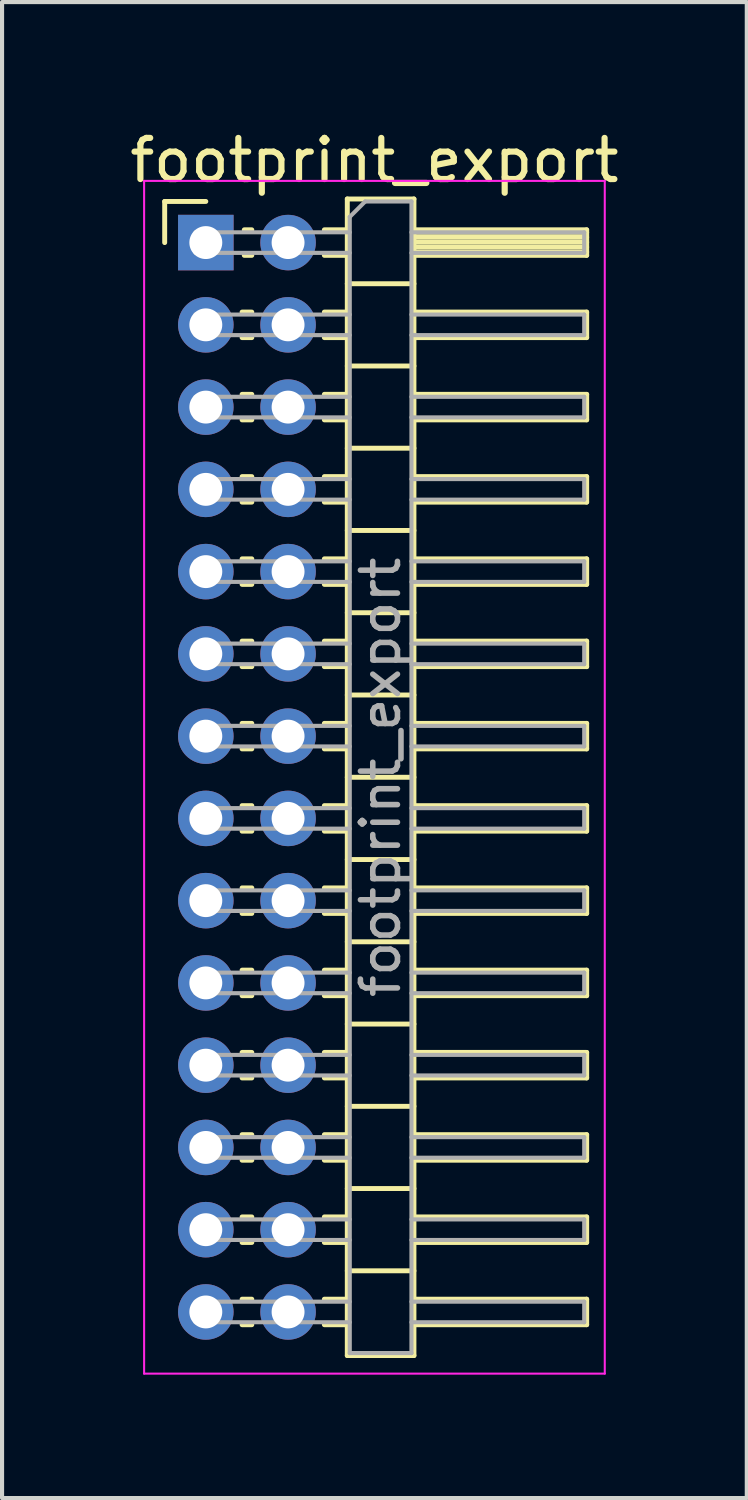
<source format=kicad_pcb>
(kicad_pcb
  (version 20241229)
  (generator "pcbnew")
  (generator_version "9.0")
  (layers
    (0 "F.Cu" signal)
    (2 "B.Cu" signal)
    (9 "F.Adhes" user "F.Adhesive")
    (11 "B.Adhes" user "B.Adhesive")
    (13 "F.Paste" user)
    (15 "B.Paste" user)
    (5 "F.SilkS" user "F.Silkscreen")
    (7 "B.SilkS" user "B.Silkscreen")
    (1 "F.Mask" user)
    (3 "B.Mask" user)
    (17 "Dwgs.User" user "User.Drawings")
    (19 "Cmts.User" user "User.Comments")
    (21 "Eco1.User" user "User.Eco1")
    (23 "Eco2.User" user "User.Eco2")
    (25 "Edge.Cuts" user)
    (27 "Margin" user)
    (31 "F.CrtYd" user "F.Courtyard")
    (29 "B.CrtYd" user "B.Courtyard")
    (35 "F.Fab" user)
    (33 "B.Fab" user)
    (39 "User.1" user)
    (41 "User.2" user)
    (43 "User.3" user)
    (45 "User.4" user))
  (footprint "footprint_export"
    (layer "F.Cu")
    (at 1.954 2.848)
    (property "Reference" "footprint_export" (at 4.1 -2 0) (layer "F.SilkS") (effects (font (size 1 1) (thickness 0.15))))
    (attr through_hole)
    (fp_line (start -1 -1) (end 0 -1) (stroke (width 0.12) (type solid)) (layer "F.SilkS"))
    (fp_line (start -1 0) (end -1 -1) (stroke (width 0.12) (type solid)) (layer "F.SilkS"))
    (fp_line (start 0.882 1.69) (end 1.118 1.69) (stroke (width 0.12) (type solid)) (layer "F.SilkS"))
    (fp_line (start 0.882 2.31) (end 1.118 2.31) (stroke (width 0.12) (type solid)) (layer "F.SilkS"))
    (fp_line (start 0.882 3.69) (end 1.118 3.69) (stroke (width 0.12) (type solid)) (layer "F.SilkS"))
    (fp_line (start 0.882 4.31) (end 1.118 4.31) (stroke (width 0.12) (type solid)) (layer "F.SilkS"))
    (fp_line (start 0.882 5.69) (end 1.118 5.69) (stroke (width 0.12) (type solid)) (layer "F.SilkS"))
    (fp_line (start 0.882 6.31) (end 1.118 6.31) (stroke (width 0.12) (type solid)) (layer "F.SilkS"))
    (fp_line (start 0.882 7.69) (end 1.118 7.69) (stroke (width 0.12) (type solid)) (layer "F.SilkS"))
    (fp_line (start 0.882 8.31) (end 1.118 8.31) (stroke (width 0.12) (type solid)) (layer "F.SilkS"))
    (fp_line (start 0.882 9.69) (end 1.118 9.69) (stroke (width 0.12) (type solid)) (layer "F.SilkS"))
    (fp_line (start 0.882 10.31) (end 1.118 10.31) (stroke (width 0.12) (type solid)) (layer "F.SilkS"))
    (fp_line (start 0.882 11.69) (end 1.118 11.69) (stroke (width 0.12) (type solid)) (layer "F.SilkS"))
    (fp_line (start 0.882 12.31) (end 1.118 12.31) (stroke (width 0.12) (type solid)) (layer "F.SilkS"))
    (fp_line (start 0.882 13.69) (end 1.118 13.69) (stroke (width 0.12) (type solid)) (layer "F.SilkS"))
    (fp_line (start 0.882 14.31) (end 1.118 14.31) (stroke (width 0.12) (type solid)) (layer "F.SilkS"))
    (fp_line (start 0.882 15.69) (end 1.118 15.69) (stroke (width 0.12) (type solid)) (layer "F.SilkS"))
    (fp_line (start 0.882 16.31) (end 1.118 16.31) (stroke (width 0.12) (type solid)) (layer "F.SilkS"))
    (fp_line (start 0.882 17.69) (end 1.118 17.69) (stroke (width 0.12) (type solid)) (layer "F.SilkS"))
    (fp_line (start 0.882 18.31) (end 1.118 18.31) (stroke (width 0.12) (type solid)) (layer "F.SilkS"))
    (fp_line (start 0.882 19.69) (end 1.118 19.69) (stroke (width 0.12) (type solid)) (layer "F.SilkS"))
    (fp_line (start 0.882 20.31) (end 1.118 20.31) (stroke (width 0.12) (type solid)) (layer "F.SilkS"))
    (fp_line (start 0.882 21.69) (end 1.118 21.69) (stroke (width 0.12) (type solid)) (layer "F.SilkS"))
    (fp_line (start 0.882 22.31) (end 1.118 22.31) (stroke (width 0.12) (type solid)) (layer "F.SilkS"))
    (fp_line (start 0.882 23.69) (end 1.118 23.69) (stroke (width 0.12) (type solid)) (layer "F.SilkS"))
    (fp_line (start 0.882 24.31) (end 1.118 24.31) (stroke (width 0.12) (type solid)) (layer "F.SilkS"))
    (fp_line (start 0.882 25.69) (end 1.118 25.69) (stroke (width 0.12) (type solid)) (layer "F.SilkS"))
    (fp_line (start 0.882 26.31) (end 1.118 26.31) (stroke (width 0.12) (type solid)) (layer "F.SilkS"))
    (fp_line (start 0.935 -0.31) (end 1.118 -0.31) (stroke (width 0.12) (type solid)) (layer "F.SilkS"))
    (fp_line (start 0.935 0.31) (end 1.118 0.31) (stroke (width 0.12) (type solid)) (layer "F.SilkS"))
    (fp_line (start 2.882 -0.31) (end 3.44 -0.31) (stroke (width 0.12) (type solid)) (layer "F.SilkS"))
    (fp_line (start 2.882 0.31) (end 3.44 0.31) (stroke (width 0.12) (type solid)) (layer "F.SilkS"))
    (fp_line (start 2.882 1.69) (end 3.44 1.69) (stroke (width 0.12) (type solid)) (layer "F.SilkS"))
    (fp_line (start 2.882 2.31) (end 3.44 2.31) (stroke (width 0.12) (type solid)) (layer "F.SilkS"))
    (fp_line (start 2.882 3.69) (end 3.44 3.69) (stroke (width 0.12) (type solid)) (layer "F.SilkS"))
    (fp_line (start 2.882 4.31) (end 3.44 4.31) (stroke (width 0.12) (type solid)) (layer "F.SilkS"))
    (fp_line (start 2.882 5.69) (end 3.44 5.69) (stroke (width 0.12) (type solid)) (layer "F.SilkS"))
    (fp_line (start 2.882 6.31) (end 3.44 6.31) (stroke (width 0.12) (type solid)) (layer "F.SilkS"))
    (fp_line (start 2.882 7.69) (end 3.44 7.69) (stroke (width 0.12) (type solid)) (layer "F.SilkS"))
    (fp_line (start 2.882 8.31) (end 3.44 8.31) (stroke (width 0.12) (type solid)) (layer "F.SilkS"))
    (fp_line (start 2.882 9.69) (end 3.44 9.69) (stroke (width 0.12) (type solid)) (layer "F.SilkS"))
    (fp_line (start 2.882 10.31) (end 3.44 10.31) (stroke (width 0.12) (type solid)) (layer "F.SilkS"))
    (fp_line (start 2.882 11.69) (end 3.44 11.69) (stroke (width 0.12) (type solid)) (layer "F.SilkS"))
    (fp_line (start 2.882 12.31) (end 3.44 12.31) (stroke (width 0.12) (type solid)) (layer "F.SilkS"))
    (fp_line (start 2.882 13.69) (end 3.44 13.69) (stroke (width 0.12) (type solid)) (layer "F.SilkS"))
    (fp_line (start 2.882 14.31) (end 3.44 14.31) (stroke (width 0.12) (type solid)) (layer "F.SilkS"))
    (fp_line (start 2.882 15.69) (end 3.44 15.69) (stroke (width 0.12) (type solid)) (layer "F.SilkS"))
    (fp_line (start 2.882 16.31) (end 3.44 16.31) (stroke (width 0.12) (type solid)) (layer "F.SilkS"))
    (fp_line (start 2.882 17.69) (end 3.44 17.69) (stroke (width 0.12) (type solid)) (layer "F.SilkS"))
    (fp_line (start 2.882 18.31) (end 3.44 18.31) (stroke (width 0.12) (type solid)) (layer "F.SilkS"))
    (fp_line (start 2.882 19.69) (end 3.44 19.69) (stroke (width 0.12) (type solid)) (layer "F.SilkS"))
    (fp_line (start 2.882 20.31) (end 3.44 20.31) (stroke (width 0.12) (type solid)) (layer "F.SilkS"))
    (fp_line (start 2.882 21.69) (end 3.44 21.69) (stroke (width 0.12) (type solid)) (layer "F.SilkS"))
    (fp_line (start 2.882 22.31) (end 3.44 22.31) (stroke (width 0.12) (type solid)) (layer "F.SilkS"))
    (fp_line (start 2.882 23.69) (end 3.44 23.69) (stroke (width 0.12) (type solid)) (layer "F.SilkS"))
    (fp_line (start 2.882 24.31) (end 3.44 24.31) (stroke (width 0.12) (type solid)) (layer "F.SilkS"))
    (fp_line (start 2.882 25.69) (end 3.44 25.69) (stroke (width 0.12) (type solid)) (layer "F.SilkS"))
    (fp_line (start 2.882 26.31) (end 3.44 26.31) (stroke (width 0.12) (type solid)) (layer "F.SilkS"))
    (fp_line (start 3.44 -1.06) (end 3.44 27.06) (stroke (width 0.12) (type solid)) (layer "F.SilkS"))
    (fp_line (start 3.44 1) (end 5.06 1) (stroke (width 0.12) (type solid)) (layer "F.SilkS"))
    (fp_line (start 3.44 3) (end 5.06 3) (stroke (width 0.12) (type solid)) (layer "F.SilkS"))
    (fp_line (start 3.44 5) (end 5.06 5) (stroke (width 0.12) (type solid)) (layer "F.SilkS"))
    (fp_line (start 3.44 7) (end 5.06 7) (stroke (width 0.12) (type solid)) (layer "F.SilkS"))
    (fp_line (start 3.44 9) (end 5.06 9) (stroke (width 0.12) (type solid)) (layer "F.SilkS"))
    (fp_line (start 3.44 11) (end 5.06 11) (stroke (width 0.12) (type solid)) (layer "F.SilkS"))
    (fp_line (start 3.44 13) (end 5.06 13) (stroke (width 0.12) (type solid)) (layer "F.SilkS"))
    (fp_line (start 3.44 15) (end 5.06 15) (stroke (width 0.12) (type solid)) (layer "F.SilkS"))
    (fp_line (start 3.44 17) (end 5.06 17) (stroke (width 0.12) (type solid)) (layer "F.SilkS"))
    (fp_line (start 3.44 19) (end 5.06 19) (stroke (width 0.12) (type solid)) (layer "F.SilkS"))
    (fp_line (start 3.44 21) (end 5.06 21) (stroke (width 0.12) (type solid)) (layer "F.SilkS"))
    (fp_line (start 3.44 23) (end 5.06 23) (stroke (width 0.12) (type solid)) (layer "F.SilkS"))
    (fp_line (start 3.44 25) (end 5.06 25) (stroke (width 0.12) (type solid)) (layer "F.SilkS"))
    (fp_line (start 3.44 27.06) (end 5.06 27.06) (stroke (width 0.12) (type solid)) (layer "F.SilkS"))
    (fp_line (start 5.06 -1.06) (end 3.44 -1.06) (stroke (width 0.12) (type solid)) (layer "F.SilkS"))
    (fp_line (start 5.06 -0.31) (end 9.26 -0.31) (stroke (width 0.12) (type solid)) (layer "F.SilkS"))
    (fp_line (start 5.06 -0.25) (end 9.26 -0.25) (stroke (width 0.12) (type solid)) (layer "F.SilkS"))
    (fp_line (start 5.06 -0.13) (end 9.26 -0.13) (stroke (width 0.12) (type solid)) (layer "F.SilkS"))
    (fp_line (start 5.06 -0.01) (end 9.26 -0.01) (stroke (width 0.12) (type solid)) (layer "F.SilkS"))
    (fp_line (start 5.06 0.11) (end 9.26 0.11) (stroke (width 0.12) (type solid)) (layer "F.SilkS"))
    (fp_line (start 5.06 0.23) (end 9.26 0.23) (stroke (width 0.12) (type solid)) (layer "F.SilkS"))
    (fp_line (start 5.06 1.69) (end 9.26 1.69) (stroke (width 0.12) (type solid)) (layer "F.SilkS"))
    (fp_line (start 5.06 3.69) (end 9.26 3.69) (stroke (width 0.12) (type solid)) (layer "F.SilkS"))
    (fp_line (start 5.06 5.69) (end 9.26 5.69) (stroke (width 0.12) (type solid)) (layer "F.SilkS"))
    (fp_line (start 5.06 7.69) (end 9.26 7.69) (stroke (width 0.12) (type solid)) (layer "F.SilkS"))
    (fp_line (start 5.06 9.69) (end 9.26 9.69) (stroke (width 0.12) (type solid)) (layer "F.SilkS"))
    (fp_line (start 5.06 11.69) (end 9.26 11.69) (stroke (width 0.12) (type solid)) (layer "F.SilkS"))
    (fp_line (start 5.06 13.69) (end 9.26 13.69) (stroke (width 0.12) (type solid)) (layer "F.SilkS"))
    (fp_line (start 5.06 15.69) (end 9.26 15.69) (stroke (width 0.12) (type solid)) (layer "F.SilkS"))
    (fp_line (start 5.06 17.69) (end 9.26 17.69) (stroke (width 0.12) (type solid)) (layer "F.SilkS"))
    (fp_line (start 5.06 19.69) (end 9.26 19.69) (stroke (width 0.12) (type solid)) (layer "F.SilkS"))
    (fp_line (start 5.06 21.69) (end 9.26 21.69) (stroke (width 0.12) (type solid)) (layer "F.SilkS"))
    (fp_line (start 5.06 23.69) (end 9.26 23.69) (stroke (width 0.12) (type solid)) (layer "F.SilkS"))
    (fp_line (start 5.06 25.69) (end 9.26 25.69) (stroke (width 0.12) (type solid)) (layer "F.SilkS"))
    (fp_line (start 5.06 27.06) (end 5.06 -1.06) (stroke (width 0.12) (type solid)) (layer "F.SilkS"))
    (fp_line (start 9.26 -0.31) (end 9.26 0.31) (stroke (width 0.12) (type solid)) (layer "F.SilkS"))
    (fp_line (start 9.26 0.31) (end 5.06 0.31) (stroke (width 0.12) (type solid)) (layer "F.SilkS"))
    (fp_line (start 9.26 1.69) (end 9.26 2.31) (stroke (width 0.12) (type solid)) (layer "F.SilkS"))
    (fp_line (start 9.26 2.31) (end 5.06 2.31) (stroke (width 0.12) (type solid)) (layer "F.SilkS"))
    (fp_line (start 9.26 3.69) (end 9.26 4.31) (stroke (width 0.12) (type solid)) (layer "F.SilkS"))
    (fp_line (start 9.26 4.31) (end 5.06 4.31) (stroke (width 0.12) (type solid)) (layer "F.SilkS"))
    (fp_line (start 9.26 5.69) (end 9.26 6.31) (stroke (width 0.12) (type solid)) (layer "F.SilkS"))
    (fp_line (start 9.26 6.31) (end 5.06 6.31) (stroke (width 0.12) (type solid)) (layer "F.SilkS"))
    (fp_line (start 9.26 7.69) (end 9.26 8.31) (stroke (width 0.12) (type solid)) (layer "F.SilkS"))
    (fp_line (start 9.26 8.31) (end 5.06 8.31) (stroke (width 0.12) (type solid)) (layer "F.SilkS"))
    (fp_line (start 9.26 9.69) (end 9.26 10.31) (stroke (width 0.12) (type solid)) (layer "F.SilkS"))
    (fp_line (start 9.26 10.31) (end 5.06 10.31) (stroke (width 0.12) (type solid)) (layer "F.SilkS"))
    (fp_line (start 9.26 11.69) (end 9.26 12.31) (stroke (width 0.12) (type solid)) (layer "F.SilkS"))
    (fp_line (start 9.26 12.31) (end 5.06 12.31) (stroke (width 0.12) (type solid)) (layer "F.SilkS"))
    (fp_line (start 9.26 13.69) (end 9.26 14.31) (stroke (width 0.12) (type solid)) (layer "F.SilkS"))
    (fp_line (start 9.26 14.31) (end 5.06 14.31) (stroke (width 0.12) (type solid)) (layer "F.SilkS"))
    (fp_line (start 9.26 15.69) (end 9.26 16.31) (stroke (width 0.12) (type solid)) (layer "F.SilkS"))
    (fp_line (start 9.26 16.31) (end 5.06 16.31) (stroke (width 0.12) (type solid)) (layer "F.SilkS"))
    (fp_line (start 9.26 17.69) (end 9.26 18.31) (stroke (width 0.12) (type solid)) (layer "F.SilkS"))
    (fp_line (start 9.26 18.31) (end 5.06 18.31) (stroke (width 0.12) (type solid)) (layer "F.SilkS"))
    (fp_line (start 9.26 19.69) (end 9.26 20.31) (stroke (width 0.12) (type solid)) (layer "F.SilkS"))
    (fp_line (start 9.26 20.31) (end 5.06 20.31) (stroke (width 0.12) (type solid)) (layer "F.SilkS"))
    (fp_line (start 9.26 21.69) (end 9.26 22.31) (stroke (width 0.12) (type solid)) (layer "F.SilkS"))
    (fp_line (start 9.26 22.31) (end 5.06 22.31) (stroke (width 0.12) (type solid)) (layer "F.SilkS"))
    (fp_line (start 9.26 23.69) (end 9.26 24.31) (stroke (width 0.12) (type solid)) (layer "F.SilkS"))
    (fp_line (start 9.26 24.31) (end 5.06 24.31) (stroke (width 0.12) (type solid)) (layer "F.SilkS"))
    (fp_line (start 9.26 25.69) (end 9.26 26.31) (stroke (width 0.12) (type solid)) (layer "F.SilkS"))
    (fp_line (start 9.26 26.31) (end 5.06 26.31) (stroke (width 0.12) (type solid)) (layer "F.SilkS"))
    (fp_line (start -1.5 -1.5) (end -1.5 27.5) (stroke (width 0.05) (type solid)) (layer "F.CrtYd"))
    (fp_line (start -1.5 27.5) (end 9.7 27.5) (stroke (width 0.05) (type solid)) (layer "F.CrtYd"))
    (fp_line (start 9.7 -1.5) (end -1.5 -1.5) (stroke (width 0.05) (type solid)) (layer "F.CrtYd"))
    (fp_line (start 9.7 27.5) (end 9.7 -1.5) (stroke (width 0.05) (type solid)) (layer "F.CrtYd"))
    (fp_line (start -0.25 -0.25) (end -0.25 0.25) (stroke (width 0.1) (type solid)) (layer "F.Fab"))
    (fp_line (start -0.25 -0.25) (end 3.5 -0.25) (stroke (width 0.1) (type solid)) (layer "F.Fab"))
    (fp_line (start -0.25 0.25) (end 3.5 0.25) (stroke (width 0.1) (type solid)) (layer "F.Fab"))
    (fp_line (start -0.25 1.75) (end -0.25 2.25) (stroke (width 0.1) (type solid)) (layer "F.Fab"))
    (fp_line (start -0.25 1.75) (end 3.5 1.75) (stroke (width 0.1) (type solid)) (layer "F.Fab"))
    (fp_line (start -0.25 2.25) (end 3.5 2.25) (stroke (width 0.1) (type solid)) (layer "F.Fab"))
    (fp_line (start -0.25 3.75) (end -0.25 4.25) (stroke (width 0.1) (type solid)) (layer "F.Fab"))
    (fp_line (start -0.25 3.75) (end 3.5 3.75) (stroke (width 0.1) (type solid)) (layer "F.Fab"))
    (fp_line (start -0.25 4.25) (end 3.5 4.25) (stroke (width 0.1) (type solid)) (layer "F.Fab"))
    (fp_line (start -0.25 5.75) (end -0.25 6.25) (stroke (width 0.1) (type solid)) (layer "F.Fab"))
    (fp_line (start -0.25 5.75) (end 3.5 5.75) (stroke (width 0.1) (type solid)) (layer "F.Fab"))
    (fp_line (start -0.25 6.25) (end 3.5 6.25) (stroke (width 0.1) (type solid)) (layer "F.Fab"))
    (fp_line (start -0.25 7.75) (end -0.25 8.25) (stroke (width 0.1) (type solid)) (layer "F.Fab"))
    (fp_line (start -0.25 7.75) (end 3.5 7.75) (stroke (width 0.1) (type solid)) (layer "F.Fab"))
    (fp_line (start -0.25 8.25) (end 3.5 8.25) (stroke (width 0.1) (type solid)) (layer "F.Fab"))
    (fp_line (start -0.25 9.75) (end -0.25 10.25) (stroke (width 0.1) (type solid)) (layer "F.Fab"))
    (fp_line (start -0.25 9.75) (end 3.5 9.75) (stroke (width 0.1) (type solid)) (layer "F.Fab"))
    (fp_line (start -0.25 10.25) (end 3.5 10.25) (stroke (width 0.1) (type solid)) (layer "F.Fab"))
    (fp_line (start -0.25 11.75) (end -0.25 12.25) (stroke (width 0.1) (type solid)) (layer "F.Fab"))
    (fp_line (start -0.25 11.75) (end 3.5 11.75) (stroke (width 0.1) (type solid)) (layer "F.Fab"))
    (fp_line (start -0.25 12.25) (end 3.5 12.25) (stroke (width 0.1) (type solid)) (layer "F.Fab"))
    (fp_line (start -0.25 13.75) (end -0.25 14.25) (stroke (width 0.1) (type solid)) (layer "F.Fab"))
    (fp_line (start -0.25 13.75) (end 3.5 13.75) (stroke (width 0.1) (type solid)) (layer "F.Fab"))
    (fp_line (start -0.25 14.25) (end 3.5 14.25) (stroke (width 0.1) (type solid)) (layer "F.Fab"))
    (fp_line (start -0.25 15.75) (end -0.25 16.25) (stroke (width 0.1) (type solid)) (layer "F.Fab"))
    (fp_line (start -0.25 15.75) (end 3.5 15.75) (stroke (width 0.1) (type solid)) (layer "F.Fab"))
    (fp_line (start -0.25 16.25) (end 3.5 16.25) (stroke (width 0.1) (type solid)) (layer "F.Fab"))
    (fp_line (start -0.25 17.75) (end -0.25 18.25) (stroke (width 0.1) (type solid)) (layer "F.Fab"))
    (fp_line (start -0.25 17.75) (end 3.5 17.75) (stroke (width 0.1) (type solid)) (layer "F.Fab"))
    (fp_line (start -0.25 18.25) (end 3.5 18.25) (stroke (width 0.1) (type solid)) (layer "F.Fab"))
    (fp_line (start -0.25 19.75) (end -0.25 20.25) (stroke (width 0.1) (type solid)) (layer "F.Fab"))
    (fp_line (start -0.25 19.75) (end 3.5 19.75) (stroke (width 0.1) (type solid)) (layer "F.Fab"))
    (fp_line (start -0.25 20.25) (end 3.5 20.25) (stroke (width 0.1) (type solid)) (layer "F.Fab"))
    (fp_line (start -0.25 21.75) (end -0.25 22.25) (stroke (width 0.1) (type solid)) (layer "F.Fab"))
    (fp_line (start -0.25 21.75) (end 3.5 21.75) (stroke (width 0.1) (type solid)) (layer "F.Fab"))
    (fp_line (start -0.25 22.25) (end 3.5 22.25) (stroke (width 0.1) (type solid)) (layer "F.Fab"))
    (fp_line (start -0.25 23.75) (end -0.25 24.25) (stroke (width 0.1) (type solid)) (layer "F.Fab"))
    (fp_line (start -0.25 23.75) (end 3.5 23.75) (stroke (width 0.1) (type solid)) (layer "F.Fab"))
    (fp_line (start -0.25 24.25) (end 3.5 24.25) (stroke (width 0.1) (type solid)) (layer "F.Fab"))
    (fp_line (start -0.25 25.75) (end -0.25 26.25) (stroke (width 0.1) (type solid)) (layer "F.Fab"))
    (fp_line (start -0.25 25.75) (end 3.5 25.75) (stroke (width 0.1) (type solid)) (layer "F.Fab"))
    (fp_line (start -0.25 26.25) (end 3.5 26.25) (stroke (width 0.1) (type solid)) (layer "F.Fab"))
    (fp_line (start 3.5 -0.625) (end 3.875 -1) (stroke (width 0.1) (type solid)) (layer "F.Fab"))
    (fp_line (start 3.5 27) (end 3.5 -0.625) (stroke (width 0.1) (type solid)) (layer "F.Fab"))
    (fp_line (start 3.875 -1) (end 5 -1) (stroke (width 0.1) (type solid)) (layer "F.Fab"))
    (fp_line (start 5 -1) (end 5 27) (stroke (width 0.1) (type solid)) (layer "F.Fab"))
    (fp_line (start 5 -0.25) (end 9.2 -0.25) (stroke (width 0.1) (type solid)) (layer "F.Fab"))
    (fp_line (start 5 0.25) (end 9.2 0.25) (stroke (width 0.1) (type solid)) (layer "F.Fab"))
    (fp_line (start 5 1.75) (end 9.2 1.75) (stroke (width 0.1) (type solid)) (layer "F.Fab"))
    (fp_line (start 5 2.25) (end 9.2 2.25) (stroke (width 0.1) (type solid)) (layer "F.Fab"))
    (fp_line (start 5 3.75) (end 9.2 3.75) (stroke (width 0.1) (type solid)) (layer "F.Fab"))
    (fp_line (start 5 4.25) (end 9.2 4.25) (stroke (width 0.1) (type solid)) (layer "F.Fab"))
    (fp_line (start 5 5.75) (end 9.2 5.75) (stroke (width 0.1) (type solid)) (layer "F.Fab"))
    (fp_line (start 5 6.25) (end 9.2 6.25) (stroke (width 0.1) (type solid)) (layer "F.Fab"))
    (fp_line (start 5 7.75) (end 9.2 7.75) (stroke (width 0.1) (type solid)) (layer "F.Fab"))
    (fp_line (start 5 8.25) (end 9.2 8.25) (stroke (width 0.1) (type solid)) (layer "F.Fab"))
    (fp_line (start 5 9.75) (end 9.2 9.75) (stroke (width 0.1) (type solid)) (layer "F.Fab"))
    (fp_line (start 5 10.25) (end 9.2 10.25) (stroke (width 0.1) (type solid)) (layer "F.Fab"))
    (fp_line (start 5 11.75) (end 9.2 11.75) (stroke (width 0.1) (type solid)) (layer "F.Fab"))
    (fp_line (start 5 12.25) (end 9.2 12.25) (stroke (width 0.1) (type solid)) (layer "F.Fab"))
    (fp_line (start 5 13.75) (end 9.2 13.75) (stroke (width 0.1) (type solid)) (layer "F.Fab"))
    (fp_line (start 5 14.25) (end 9.2 14.25) (stroke (width 0.1) (type solid)) (layer "F.Fab"))
    (fp_line (start 5 15.75) (end 9.2 15.75) (stroke (width 0.1) (type solid)) (layer "F.Fab"))
    (fp_line (start 5 16.25) (end 9.2 16.25) (stroke (width 0.1) (type solid)) (layer "F.Fab"))
    (fp_line (start 5 17.75) (end 9.2 17.75) (stroke (width 0.1) (type solid)) (layer "F.Fab"))
    (fp_line (start 5 18.25) (end 9.2 18.25) (stroke (width 0.1) (type solid)) (layer "F.Fab"))
    (fp_line (start 5 19.75) (end 9.2 19.75) (stroke (width 0.1) (type solid)) (layer "F.Fab"))
    (fp_line (start 5 20.25) (end 9.2 20.25) (stroke (width 0.1) (type solid)) (layer "F.Fab"))
    (fp_line (start 5 21.75) (end 9.2 21.75) (stroke (width 0.1) (type solid)) (layer "F.Fab"))
    (fp_line (start 5 22.25) (end 9.2 22.25) (stroke (width 0.1) (type solid)) (layer "F.Fab"))
    (fp_line (start 5 23.75) (end 9.2 23.75) (stroke (width 0.1) (type solid)) (layer "F.Fab"))
    (fp_line (start 5 24.25) (end 9.2 24.25) (stroke (width 0.1) (type solid)) (layer "F.Fab"))
    (fp_line (start 5 25.75) (end 9.2 25.75) (stroke (width 0.1) (type solid)) (layer "F.Fab"))
    (fp_line (start 5 26.25) (end 9.2 26.25) (stroke (width 0.1) (type solid)) (layer "F.Fab"))
    (fp_line (start 5 27) (end 3.5 27) (stroke (width 0.1) (type solid)) (layer "F.Fab"))
    (fp_line (start 9.2 -0.25) (end 9.2 0.25) (stroke (width 0.1) (type solid)) (layer "F.Fab"))
    (fp_line (start 9.2 1.75) (end 9.2 2.25) (stroke (width 0.1) (type solid)) (layer "F.Fab"))
    (fp_line (start 9.2 3.75) (end 9.2 4.25) (stroke (width 0.1) (type solid)) (layer "F.Fab"))
    (fp_line (start 9.2 5.75) (end 9.2 6.25) (stroke (width 0.1) (type solid)) (layer "F.Fab"))
    (fp_line (start 9.2 7.75) (end 9.2 8.25) (stroke (width 0.1) (type solid)) (layer "F.Fab"))
    (fp_line (start 9.2 9.75) (end 9.2 10.25) (stroke (width 0.1) (type solid)) (layer "F.Fab"))
    (fp_line (start 9.2 11.75) (end 9.2 12.25) (stroke (width 0.1) (type solid)) (layer "F.Fab"))
    (fp_line (start 9.2 13.75) (end 9.2 14.25) (stroke (width 0.1) (type solid)) (layer "F.Fab"))
    (fp_line (start 9.2 15.75) (end 9.2 16.25) (stroke (width 0.1) (type solid)) (layer "F.Fab"))
    (fp_line (start 9.2 17.75) (end 9.2 18.25) (stroke (width 0.1) (type solid)) (layer "F.Fab"))
    (fp_line (start 9.2 19.75) (end 9.2 20.25) (stroke (width 0.1) (type solid)) (layer "F.Fab"))
    (fp_line (start 9.2 21.75) (end 9.2 22.25) (stroke (width 0.1) (type solid)) (layer "F.Fab"))
    (fp_line (start 9.2 23.75) (end 9.2 24.25) (stroke (width 0.1) (type solid)) (layer "F.Fab"))
    (fp_line (start 9.2 25.75) (end 9.2 26.25) (stroke (width 0.1) (type solid)) (layer "F.Fab"))
    (fp_text user "${REFERENCE}" (at 4.25 13 90) (layer "F.Fab") (effects (font (size 0.9 0.9) (thickness 0.135))))
    (pad "1" thru_hole rect (at 0 0) (size 1.35 1.35) (drill 0.8) (layers "*.Cu" "*.Mask"))
    (pad "2" thru_hole oval (at 2 0) (size 1.35 1.35) (drill 0.8) (layers "*.Cu" "*.Mask"))
    (pad "3" thru_hole oval (at 0 2) (size 1.35 1.35) (drill 0.8) (layers "*.Cu" "*.Mask"))
    (pad "4" thru_hole oval (at 2 2) (size 1.35 1.35) (drill 0.8) (layers "*.Cu" "*.Mask"))
    (pad "5" thru_hole oval (at 0 4) (size 1.35 1.35) (drill 0.8) (layers "*.Cu" "*.Mask"))
    (pad "6" thru_hole oval (at 2 4) (size 1.35 1.35) (drill 0.8) (layers "*.Cu" "*.Mask"))
    (pad "7" thru_hole oval (at 0 6) (size 1.35 1.35) (drill 0.8) (layers "*.Cu" "*.Mask"))
    (pad "8" thru_hole oval (at 2 6) (size 1.35 1.35) (drill 0.8) (layers "*.Cu" "*.Mask"))
    (pad "9" thru_hole oval (at 0 8) (size 1.35 1.35) (drill 0.8) (layers "*.Cu" "*.Mask"))
    (pad "10" thru_hole oval (at 2 8) (size 1.35 1.35) (drill 0.8) (layers "*.Cu" "*.Mask"))
    (pad "11" thru_hole oval (at 0 10) (size 1.35 1.35) (drill 0.8) (layers "*.Cu" "*.Mask"))
    (pad "12" thru_hole oval (at 2 10) (size 1.35 1.35) (drill 0.8) (layers "*.Cu" "*.Mask"))
    (pad "13" thru_hole oval (at 0 12) (size 1.35 1.35) (drill 0.8) (layers "*.Cu" "*.Mask"))
    (pad "14" thru_hole oval (at 2 12) (size 1.35 1.35) (drill 0.8) (layers "*.Cu" "*.Mask"))
    (pad "15" thru_hole oval (at 0 14) (size 1.35 1.35) (drill 0.8) (layers "*.Cu" "*.Mask"))
    (pad "16" thru_hole oval (at 2 14) (size 1.35 1.35) (drill 0.8) (layers "*.Cu" "*.Mask"))
    (pad "17" thru_hole oval (at 0 16) (size 1.35 1.35) (drill 0.8) (layers "*.Cu" "*.Mask"))
    (pad "18" thru_hole oval (at 2 16) (size 1.35 1.35) (drill 0.8) (layers "*.Cu" "*.Mask"))
    (pad "19" thru_hole oval (at 0 18) (size 1.35 1.35) (drill 0.8) (layers "*.Cu" "*.Mask"))
    (pad "20" thru_hole oval (at 2 18) (size 1.35 1.35) (drill 0.8) (layers "*.Cu" "*.Mask"))
    (pad "21" thru_hole oval (at 0 20) (size 1.35 1.35) (drill 0.8) (layers "*.Cu" "*.Mask"))
    (pad "22" thru_hole oval (at 2 20) (size 1.35 1.35) (drill 0.8) (layers "*.Cu" "*.Mask"))
    (pad "23" thru_hole oval (at 0 22) (size 1.35 1.35) (drill 0.8) (layers "*.Cu" "*.Mask"))
    (pad "24" thru_hole oval (at 2 22) (size 1.35 1.35) (drill 0.8) (layers "*.Cu" "*.Mask"))
    (pad "25" thru_hole oval (at 0 24) (size 1.35 1.35) (drill 0.8) (layers "*.Cu" "*.Mask"))
    (pad "26" thru_hole oval (at 2 24) (size 1.35 1.35) (drill 0.8) (layers "*.Cu" "*.Mask"))
    (pad "27" thru_hole oval (at 0 26) (size 1.35 1.35) (drill 0.8) (layers "*.Cu" "*.Mask"))
    (pad "28" thru_hole oval (at 2 26) (size 1.35 1.35) (drill 0.8) (layers "*.Cu" "*.Mask")))
  (gr_rect
    (start -3 -3)
    (end 15.107 33.373)
    (stroke (width 0.1) (type default))
    (fill no)
    (layer "Edge.Cuts")))
</source>
